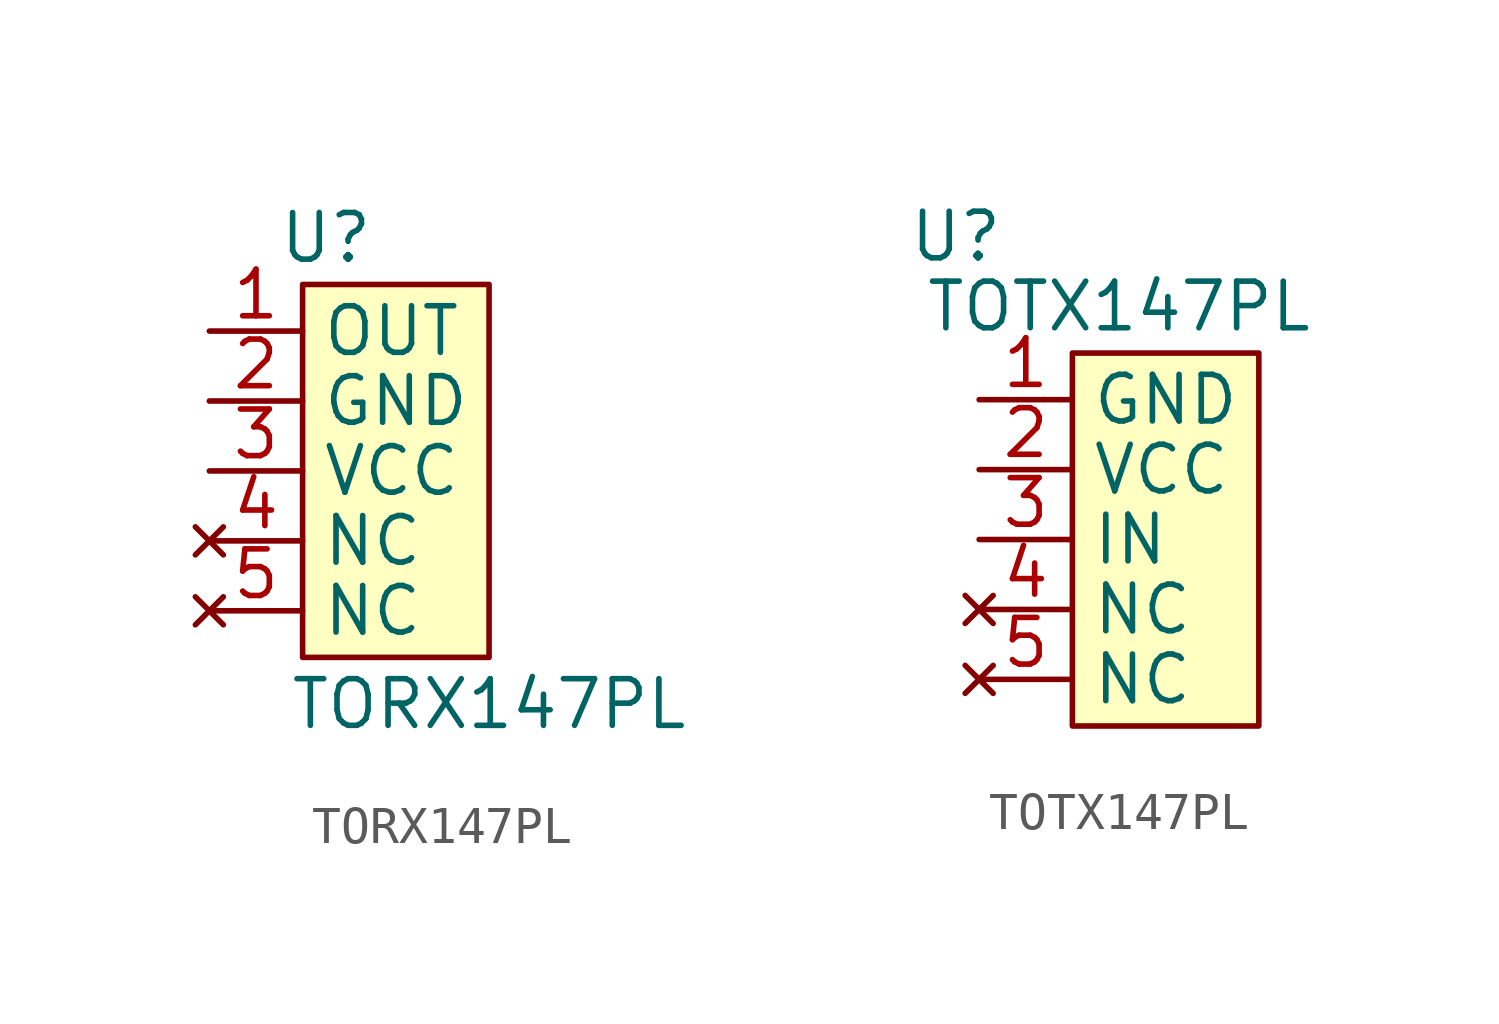
<source format=kicad_sym>
(kicad_symbol_lib
  (version 20211014)
  (generator kicad_symbol_editor)
  (symbol "TORX147PL"
    (property "Reference" "U"
      (at 3.175 4.445 0)
      (effects (font (size 1.27 1.27))))
    (property "Value" "TORX147PL"
      (at 7.62 -8.255 0)
      (effects (font (size 1.27 1.27))))
    (symbol "TORX147PL_0_1"
      (rectangle (start 2.54 3.175) (end 7.62 -6.985) (stroke (width 0.152) (type default) (color 0 0 0 0)) (fill (type background))))
    (symbol "TORX147PL_1_1"
      (pin output line (at 0 1.905 0) (length 2.54) (name "OUT" (effects (font (size 1.27 1.27)))) (number "1" (effects (font (size 1.27 1.27)))))
      (pin power_in line (at 0 0 0) (length 2.54) (name "GND" (effects (font (size 1.27 1.27)))) (number "2" (effects (font (size 1.27 1.27)))))
      (pin power_in line (at 0 -1.905 0) (length 2.54) (name "VCC" (effects (font (size 1.27 1.27)))) (number "3" (effects (font (size 1.27 1.27)))))
      (pin no_connect line (at 0 -3.81 0) (length 2.54) (name "NC" (effects (font (size 1.27 1.27)))) (number "4" (effects (font (size 1.27 1.27)))))
      (pin no_connect line (at 0 -5.715 0) (length 2.54) (name "NC" (effects (font (size 1.27 1.27)))) (number "5" (effects (font (size 1.27 1.27)))))))
  (symbol "TOTX147PL"
    (property "Reference" "U"
      (at -0.635 6.35 0)
      (effects (font (size 1.27 1.27))))
    (property "Value" "TOTX147PL"
      (at 3.81 4.445 0)
      (effects (font (size 1.27 1.27))))
    (symbol "TOTX147PL_0_1"
      (rectangle (start 2.54 3.175) (end 7.62 -6.985) (stroke (width 0.152) (type default) (color 0 0 0 0)) (fill (type background))))
    (symbol "TOTX147PL_1_1"
      (pin power_in line (at 0 1.905 0) (length 2.54) (name "GND" (effects (font (size 1.27 1.27)))) (number "1" (effects (font (size 1.27 1.27)))))
      (pin power_in line (at 0 0 0) (length 2.54) (name "VCC" (effects (font (size 1.27 1.27)))) (number "2" (effects (font (size 1.27 1.27)))))
      (pin input line (at 0 -1.905 0) (length 2.54) (name "IN" (effects (font (size 1.27 1.27)))) (number "3" (effects (font (size 1.27 1.27)))))
      (pin no_connect line (at 0 -3.81 0) (length 2.54) (name "NC" (effects (font (size 1.27 1.27)))) (number "4" (effects (font (size 1.27 1.27)))))
      (pin no_connect line (at 0 -5.715 0) (length 2.54) (name "NC" (effects (font (size 1.27 1.27)))) (number "5" (effects (font (size 1.27 1.27))))))))
</source>
